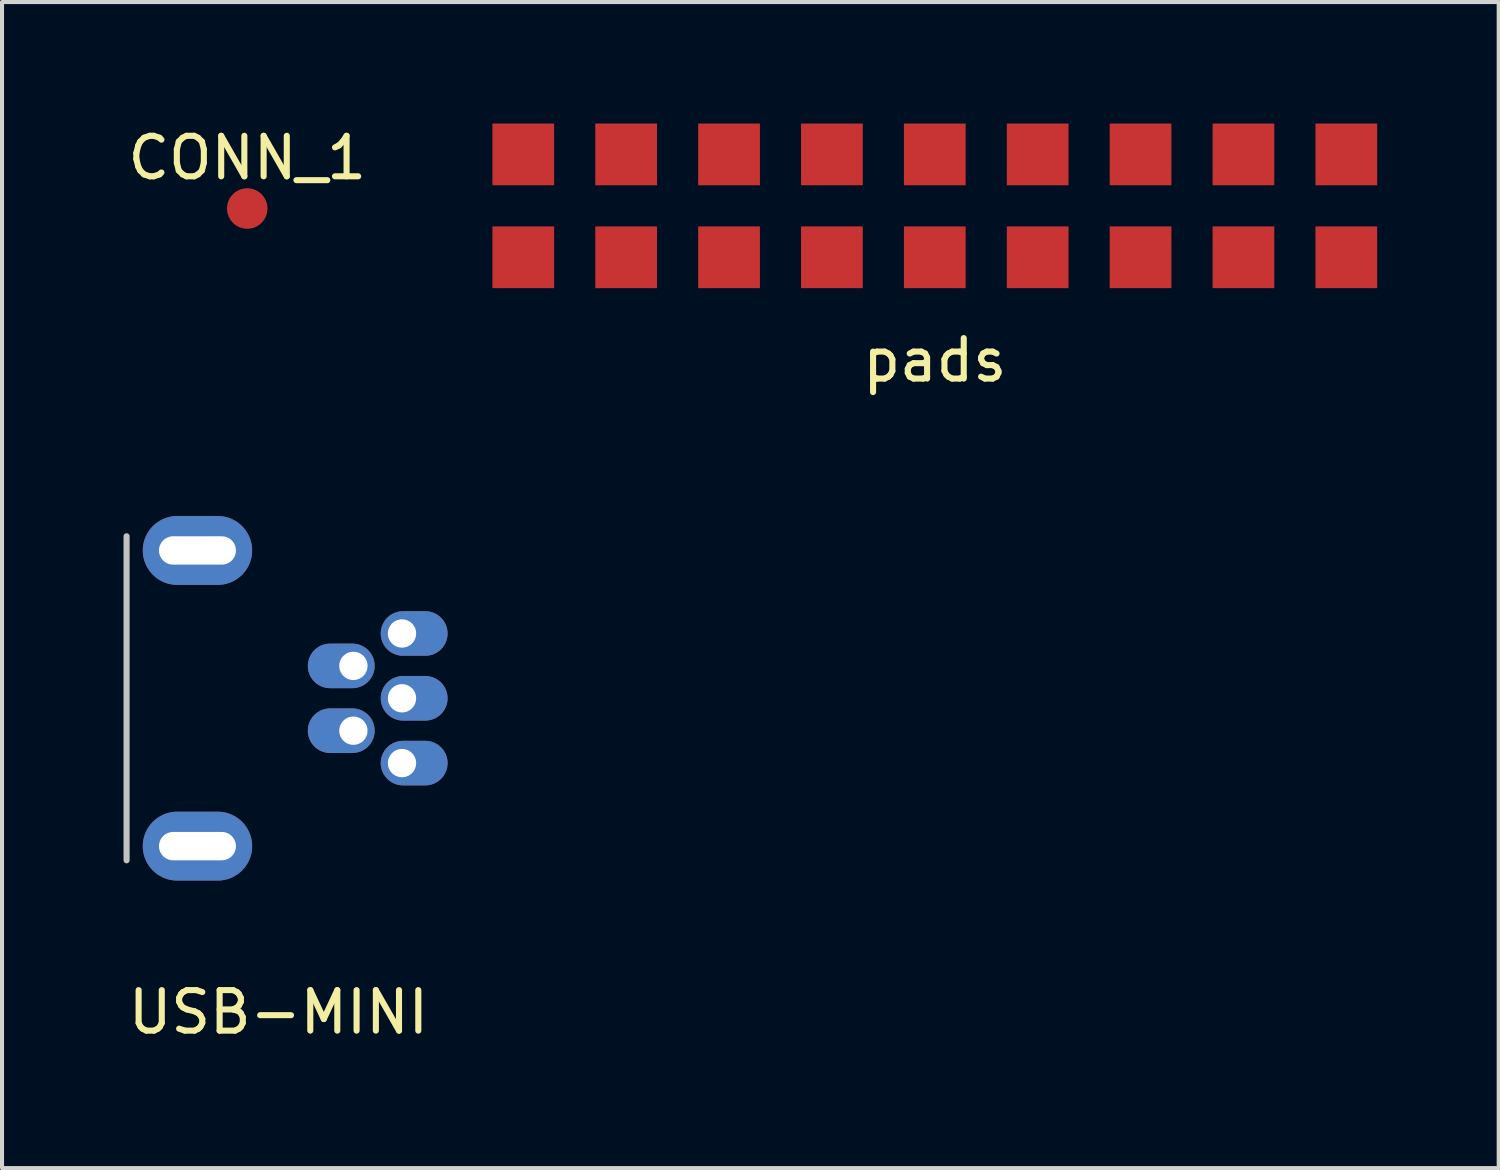
<source format=kicad_pcb>
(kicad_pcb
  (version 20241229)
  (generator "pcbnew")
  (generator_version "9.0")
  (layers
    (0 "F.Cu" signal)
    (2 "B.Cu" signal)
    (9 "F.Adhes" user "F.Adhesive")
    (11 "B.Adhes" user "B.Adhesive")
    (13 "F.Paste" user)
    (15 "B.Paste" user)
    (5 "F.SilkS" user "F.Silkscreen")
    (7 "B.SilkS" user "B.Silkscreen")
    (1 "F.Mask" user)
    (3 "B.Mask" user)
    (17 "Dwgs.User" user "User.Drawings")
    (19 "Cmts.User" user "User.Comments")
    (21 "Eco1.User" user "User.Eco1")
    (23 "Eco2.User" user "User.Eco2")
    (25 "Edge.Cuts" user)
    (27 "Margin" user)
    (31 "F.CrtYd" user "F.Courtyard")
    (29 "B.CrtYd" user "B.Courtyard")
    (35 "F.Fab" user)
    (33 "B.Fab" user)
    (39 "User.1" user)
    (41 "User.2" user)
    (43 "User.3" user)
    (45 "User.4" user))
  (footprint "USB-MINI"
    (layer "F.Cu")
    (at 1.825 14.19)
    (property "Reference" "USB-MINI" (at 2 7.75 0) (layer "F.SilkS") (effects (font (size 1 1) (thickness 0.15))))
    (attr through_hole)
    (fp_line (start -1.75 -4) (end -1.75 4) (stroke (width 0.15) (type solid)) (layer "Dwgs.User"))
    (pad "1" thru_hole oval (at 5.05 -1.6) (size 1.65 1.1) (drill 0.7 (offset 0.3 0)) (layers "*.Cu" "*.Mask"))
    (pad "2" thru_hole oval (at 3.85 -0.8) (size 1.65 1.1) (drill 0.7 (offset -0.3 0)) (layers "*.Cu" "*.Mask"))
    (pad "3" thru_hole oval (at 5.05 0) (size 1.65 1.1) (drill 0.7 (offset 0.3 0)) (layers "*.Cu" "*.Mask"))
    (pad "4" thru_hole oval (at 3.85 0.8) (size 1.65 1.1) (drill 0.7 (offset -0.3 0)) (layers "*.Cu" "*.Mask"))
    (pad "5" thru_hole oval (at 5.05 1.6) (size 1.65 1.1) (drill 0.7 (offset 0.3 0)) (layers "*.Cu" "*.Mask"))
    (pad "6" thru_hole oval (at 0 -3.65) (size 2.7 1.7) (drill oval 1.9 0.7) (layers "*.Cu" "*.Mask"))
    (pad "6" thru_hole oval (at 0 3.65) (size 2.7 1.7) (drill oval 1.9 0.7) (layers "*.Cu" "*.Mask")))
  (footprint "pads"
    (layer "F.Cu")
    (at 20.029 2.032)
    (property "Reference" "pads" (at 0 3.81 0) (layer "F.SilkS") (effects (font (size 1 1) (thickness 0.15))))
    (attr through_hole)
    (pad "1" smd rect (at -10.16 -1.27) (size 1.524 1.524) (layers "F.Cu" "F.Mask" "F.Paste"))
    (pad "2" smd rect (at -7.62 -1.27) (size 1.524 1.524) (layers "F.Cu" "F.Mask" "F.Paste"))
    (pad "3" smd rect (at -5.08 -1.27) (size 1.524 1.524) (layers "F.Cu" "F.Mask" "F.Paste"))
    (pad "4" smd rect (at -2.54 -1.27) (size 1.524 1.524) (layers "F.Cu" "F.Mask" "F.Paste"))
    (pad "5" smd rect (at 0 -1.27) (size 1.524 1.524) (layers "F.Cu" "F.Mask" "F.Paste"))
    (pad "6" smd rect (at 2.54 -1.27) (size 1.524 1.524) (layers "F.Cu" "F.Mask" "F.Paste"))
    (pad "7" smd rect (at 5.08 -1.27) (size 1.524 1.524) (layers "F.Cu" "F.Mask" "F.Paste"))
    (pad "8" smd rect (at 7.62 -1.27) (size 1.524 1.524) (layers "F.Cu" "F.Mask" "F.Paste"))
    (pad "9" smd rect (at 10.16 -1.27) (size 1.524 1.524) (layers "F.Cu" "F.Mask" "F.Paste"))
    (pad "10" smd rect (at 10.16 1.27) (size 1.524 1.524) (layers "F.Cu" "F.Mask" "F.Paste"))
    (pad "11" smd rect (at 7.62 1.27) (size 1.524 1.524) (layers "F.Cu" "F.Mask" "F.Paste"))
    (pad "12" smd rect (at 5.08 1.27) (size 1.524 1.524) (layers "F.Cu" "F.Mask" "F.Paste"))
    (pad "13" smd rect (at 2.54 1.27) (size 1.524 1.524) (layers "F.Cu" "F.Mask" "F.Paste"))
    (pad "14" smd rect (at 0 1.27) (size 1.524 1.524) (layers "F.Cu" "F.Mask" "F.Paste"))
    (pad "15" smd rect (at -2.54 1.27) (size 1.524 1.524) (layers "F.Cu" "F.Mask" "F.Paste"))
    (pad "16" smd rect (at -5.08 1.27) (size 1.524 1.524) (layers "F.Cu" "F.Mask" "F.Paste"))
    (pad "17" smd rect (at -7.62 1.27) (size 1.524 1.524) (layers "F.Cu" "F.Mask" "F.Paste"))
    (pad "18" smd rect (at -10.16 1.27) (size 1.524 1.524) (layers "F.Cu" "F.Mask" "F.Paste")))
  (footprint "CONN_1"
    (layer "F.Cu")
    (at 3.054 2.098)
    (property "Reference" "CONN_1" (at 0 -1.25 0) (layer "F.SilkS") (effects (font (size 1 1) (thickness 0.15))))
    (attr through_hole)
    (pad "1" smd circle (at 0 0) (size 1 1) (layers "F.Cu" "F.Mask" "F.Paste")))
  (gr_rect
    (start -3 -3)
    (end 33.951 25.788)
    (stroke (width 0.1) (type default))
    (fill no)
    (layer "Edge.Cuts")))
</source>
